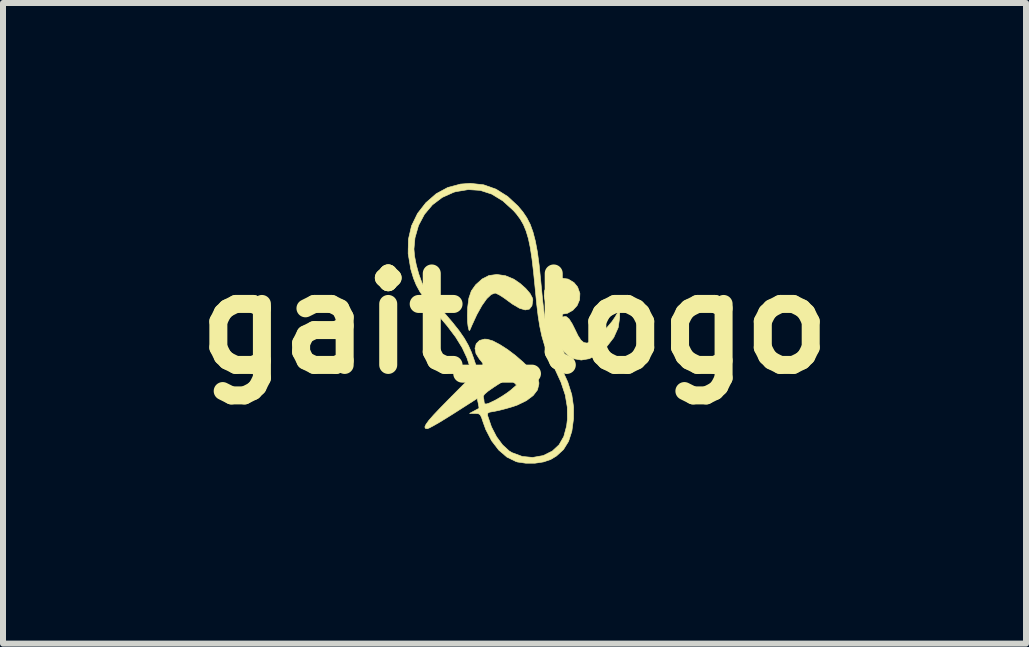
<source format=kicad_pcb>
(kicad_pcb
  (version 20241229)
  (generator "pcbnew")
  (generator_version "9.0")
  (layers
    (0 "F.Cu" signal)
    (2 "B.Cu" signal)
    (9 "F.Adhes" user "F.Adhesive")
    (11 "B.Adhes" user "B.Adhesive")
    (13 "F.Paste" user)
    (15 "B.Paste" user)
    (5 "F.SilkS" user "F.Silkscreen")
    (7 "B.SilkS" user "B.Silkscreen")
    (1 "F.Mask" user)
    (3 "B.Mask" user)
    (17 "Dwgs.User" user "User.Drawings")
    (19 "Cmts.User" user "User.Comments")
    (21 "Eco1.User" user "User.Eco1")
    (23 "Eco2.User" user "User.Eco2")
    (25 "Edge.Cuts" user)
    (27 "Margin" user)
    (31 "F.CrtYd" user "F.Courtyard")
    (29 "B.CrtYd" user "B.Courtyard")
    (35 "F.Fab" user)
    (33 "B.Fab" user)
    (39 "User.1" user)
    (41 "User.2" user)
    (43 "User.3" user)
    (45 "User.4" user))
  (footprint "gait_logo"
    (layer "F.Cu")
    (at 5.523 2.341)
    (property "Reference" "gait_logo" (at 0 0 0) (layer "F.SilkS") (effects (font (size 1.524 1.524) (thickness 0.3))))
    (attr through_hole)
    (fp_poly (pts (xy 0.894 -0.741) (xy 0.991 -0.682) (xy 1.051 -0.609) (xy 1.089 -0.502) (xy 1.084 -0.396) (xy 1.043 -0.3) (xy 0.973 -0.223) (xy 0.882 -0.171) (xy 0.777 -0.154) (xy 0.673 -0.177) (xy 0.576 -0.242) (xy 0.516 -0.34) (xy 0.495 -0.459) (xy 0.501 -0.544) (xy 0.525 -0.604) (xy 0.574 -0.662) (xy 0.675 -0.732) (xy 0.785 -0.757) (xy 0.894 -0.741)) (stroke (width 0.01) (type solid)) (fill yes) (layer "F.SilkS"))
    (fp_poly (pts (xy 1.752 -0.1) (xy 1.727 0.068) (xy 1.653 0.233) (xy 1.531 0.391) (xy 1.518 0.404) (xy 1.383 0.517) (xy 1.246 0.585) (xy 1.111 0.608) (xy 0.983 0.585) (xy 0.908 0.546) (xy 0.814 0.459) (xy 0.737 0.344) (xy 0.685 0.218) (xy 0.663 0.094) (xy 0.671 0.013) (xy 0.708 -0.054) (xy 0.771 -0.102) (xy 0.841 -0.118) (xy 0.864 -0.114) (xy 0.909 -0.077) (xy 0.962 0.007) (xy 1.001 0.085) (xy 1.058 0.202) (xy 1.107 0.277) (xy 1.153 0.316) (xy 1.202 0.325) (xy 1.23 0.32) (xy 1.29 0.29) (xy 1.37 0.229) (xy 1.46 0.148) (xy 1.549 0.056) (xy 1.626 -0.036) (xy 1.678 -0.113) (xy 1.752 -0.241) (xy 1.752 -0.1)) (stroke (width 0.01) (type solid)) (fill yes) (layer "F.SilkS"))
    (fp_poly (pts (xy -0.151 -0.797) (xy -0.011 -0.739) (xy 0.094 -0.667) (xy 0.187 -0.584) (xy 0.259 -0.5) (xy 0.299 -0.424) (xy 0.305 -0.392) (xy 0.29 -0.296) (xy 0.248 -0.241) (xy 0.178 -0.227) (xy 0.083 -0.255) (xy -0.036 -0.325) (xy -0.095 -0.368) (xy -0.181 -0.431) (xy -0.257 -0.479) (xy -0.312 -0.505) (xy -0.325 -0.508) (xy -0.389 -0.484) (xy -0.463 -0.414) (xy -0.543 -0.301) (xy -0.628 -0.149) (xy -0.714 0.038) (xy -0.73 0.076) (xy -0.747 0.114) (xy -0.758 0.113) (xy -0.769 0.07) (xy -0.775 0.041) (xy -0.783 -0.031) (xy -0.785 -0.135) (xy -0.782 -0.248) (xy -0.781 -0.268) (xy -0.761 -0.422) (xy -0.72 -0.543) (xy -0.648 -0.645) (xy -0.539 -0.743) (xy -0.427 -0.8) (xy -0.294 -0.818) (xy -0.151 -0.797)) (stroke (width 0.01) (type solid)) (fill yes) (layer "F.SilkS"))
    (fp_poly (pts (xy -0.515 -2.312) (xy -0.308 -2.239) (xy -0.114 -2.117) (xy 0.055 -1.96) (xy 0.137 -1.863) (xy 0.205 -1.762) (xy 0.262 -1.651) (xy 0.308 -1.523) (xy 0.347 -1.373) (xy 0.381 -1.193) (xy 0.41 -0.977) (xy 0.436 -0.719) (xy 0.444 -0.635) (xy 0.469 -0.379) (xy 0.494 -0.166) (xy 0.522 0.015) (xy 0.555 0.172) (xy 0.595 0.314) (xy 0.644 0.451) (xy 0.706 0.59) (xy 0.781 0.741) (xy 0.783 0.746) (xy 0.887 0.975) (xy 0.954 1.186) (xy 0.984 1.393) (xy 0.983 1.585) (xy 0.955 1.794) (xy 0.9 1.963) (xy 0.816 2.099) (xy 0.698 2.207) (xy 0.602 2.265) (xy 0.484 2.305) (xy 0.34 2.327) (xy 0.188 2.327) (xy 0.05 2.307) (xy 0.022 2.298) (xy -0.127 2.225) (xy -0.263 2.108) (xy -0.382 1.953) (xy -0.479 1.766) (xy -0.523 1.645) (xy -0.55 1.564) (xy -0.573 1.52) (xy -0.603 1.502) (xy -0.652 1.498) (xy -0.659 1.498) (xy -0.749 1.497) (xy -0.673 1.456) (xy -0.621 1.428) (xy -0.593 1.413) (xy -0.592 1.413) (xy -0.594 1.388) (xy -0.604 1.334) (xy -0.605 1.329) (xy -0.622 1.248) (xy -1.016 1.5) (xy -1.144 1.58) (xy -1.259 1.65) (xy -1.355 1.705) (xy -1.422 1.74) (xy -1.454 1.752) (xy -1.487 1.745) (xy -1.494 1.722) (xy -1.475 1.679) (xy -1.428 1.614) (xy -1.349 1.524) (xy -1.236 1.405) (xy -1.101 1.267) (xy -1.047 1.213) (xy -0.521 1.213) (xy -0.521 1.215) (xy -0.51 1.269) (xy -0.508 1.297) (xy -0.502 1.331) (xy -0.478 1.342) (xy -0.43 1.329) (xy -0.349 1.291) (xy -0.302 1.267) (xy -0.206 1.21) (xy -0.113 1.148) (xy -0.059 1.106) (xy 0.034 1.025) (xy -0.023 0.968) (xy -0.055 0.939) (xy -0.087 0.926) (xy -0.126 0.932) (xy -0.184 0.959) (xy -0.267 1.009) (xy -0.349 1.062) (xy -0.443 1.128) (xy -0.502 1.179) (xy -0.521 1.213) (xy -1.047 1.213) (xy -0.704 0.867) (xy -0.736 0.745) (xy -0.793 0.571) (xy -0.872 0.402) (xy -0.98 0.227) (xy -1.121 0.04) (xy -1.252 -0.115) (xy -1.389 -0.276) (xy -1.495 -0.41) (xy -1.576 -0.529) (xy -1.637 -0.641) (xy -1.684 -0.756) (xy -1.722 -0.884) (xy -1.729 -0.908) (xy -1.772 -1.164) (xy -1.771 -1.242) (xy -1.676 -1.242) (xy -1.666 -1.125) (xy -1.638 -0.981) (xy -1.597 -0.83) (xy -1.548 -0.693) (xy -1.515 -0.618) (xy -1.475 -0.556) (xy -1.409 -0.466) (xy -1.325 -0.359) (xy -1.229 -0.245) (xy -1.181 -0.191) (xy -1.037 -0.023) (xy -0.924 0.119) (xy -0.837 0.245) (xy -0.77 0.362) (xy -0.717 0.481) (xy -0.684 0.572) (xy -0.655 0.659) (xy -0.632 0.726) (xy -0.619 0.759) (xy -0.618 0.76) (xy -0.596 0.753) (xy -0.559 0.724) (xy -0.53 0.695) (xy -0.526 0.669) (xy -0.551 0.631) (xy -0.585 0.592) (xy -0.642 0.501) (xy -0.659 0.412) (xy -0.638 0.336) (xy -0.584 0.282) (xy -0.5 0.259) (xy -0.453 0.262) (xy -0.362 0.289) (xy -0.247 0.349) (xy -0.117 0.432) (xy 0.018 0.534) (xy 0.148 0.647) (xy 0.228 0.727) (xy 0.311 0.817) (xy 0.364 0.881) (xy 0.393 0.932) (xy 0.405 0.977) (xy 0.406 1.008) (xy 0.382 1.106) (xy 0.311 1.199) (xy 0.198 1.284) (xy 0.048 1.357) (xy -0.029 1.384) (xy -0.142 1.417) (xy -0.251 1.445) (xy -0.336 1.463) (xy -0.35 1.465) (xy -0.418 1.477) (xy -0.447 1.495) (xy -0.449 1.526) (xy -0.446 1.541) (xy -0.385 1.72) (xy -0.301 1.884) (xy -0.2 2.021) (xy -0.089 2.123) (xy -0.042 2.151) (xy 0.128 2.214) (xy 0.302 2.231) (xy 0.47 2.201) (xy 0.481 2.198) (xy 0.63 2.124) (xy 0.742 2.02) (xy 0.821 1.882) (xy 0.868 1.706) (xy 0.881 1.594) (xy 0.879 1.392) (xy 0.845 1.19) (xy 0.774 0.977) (xy 0.684 0.781) (xy 0.607 0.624) (xy 0.545 0.482) (xy 0.495 0.345) (xy 0.454 0.205) (xy 0.421 0.05) (xy 0.393 -0.126) (xy 0.368 -0.335) (xy 0.344 -0.584) (xy 0.317 -0.853) (xy 0.291 -1.076) (xy 0.263 -1.262) (xy 0.231 -1.415) (xy 0.193 -1.541) (xy 0.149 -1.648) (xy 0.096 -1.74) (xy 0.033 -1.825) (xy -0.017 -1.882) (xy -0.195 -2.044) (xy -0.38 -2.157) (xy -0.571 -2.219) (xy -0.771 -2.232) (xy -0.981 -2.197) (xy -1.015 -2.187) (xy -1.204 -2.102) (xy -1.368 -1.978) (xy -1.501 -1.82) (xy -1.6 -1.634) (xy -1.659 -1.427) (xy -1.676 -1.242) (xy -1.771 -1.242) (xy -1.768 -1.404) (xy -1.716 -1.628) (xy -1.616 -1.834) (xy -1.478 -2.012) (xy -1.305 -2.163) (xy -1.113 -2.267) (xy -0.9 -2.324) (xy -0.735 -2.336) (xy -0.515 -2.312)) (stroke (width 0.01) (type solid)) (fill yes) (layer "F.SilkS")))
  (gr_rect
    (start -3 -3)
    (end 14.045 7.674)
    (stroke (width 0.1) (type default))
    (fill no)
    (layer "Edge.Cuts")))
</source>
